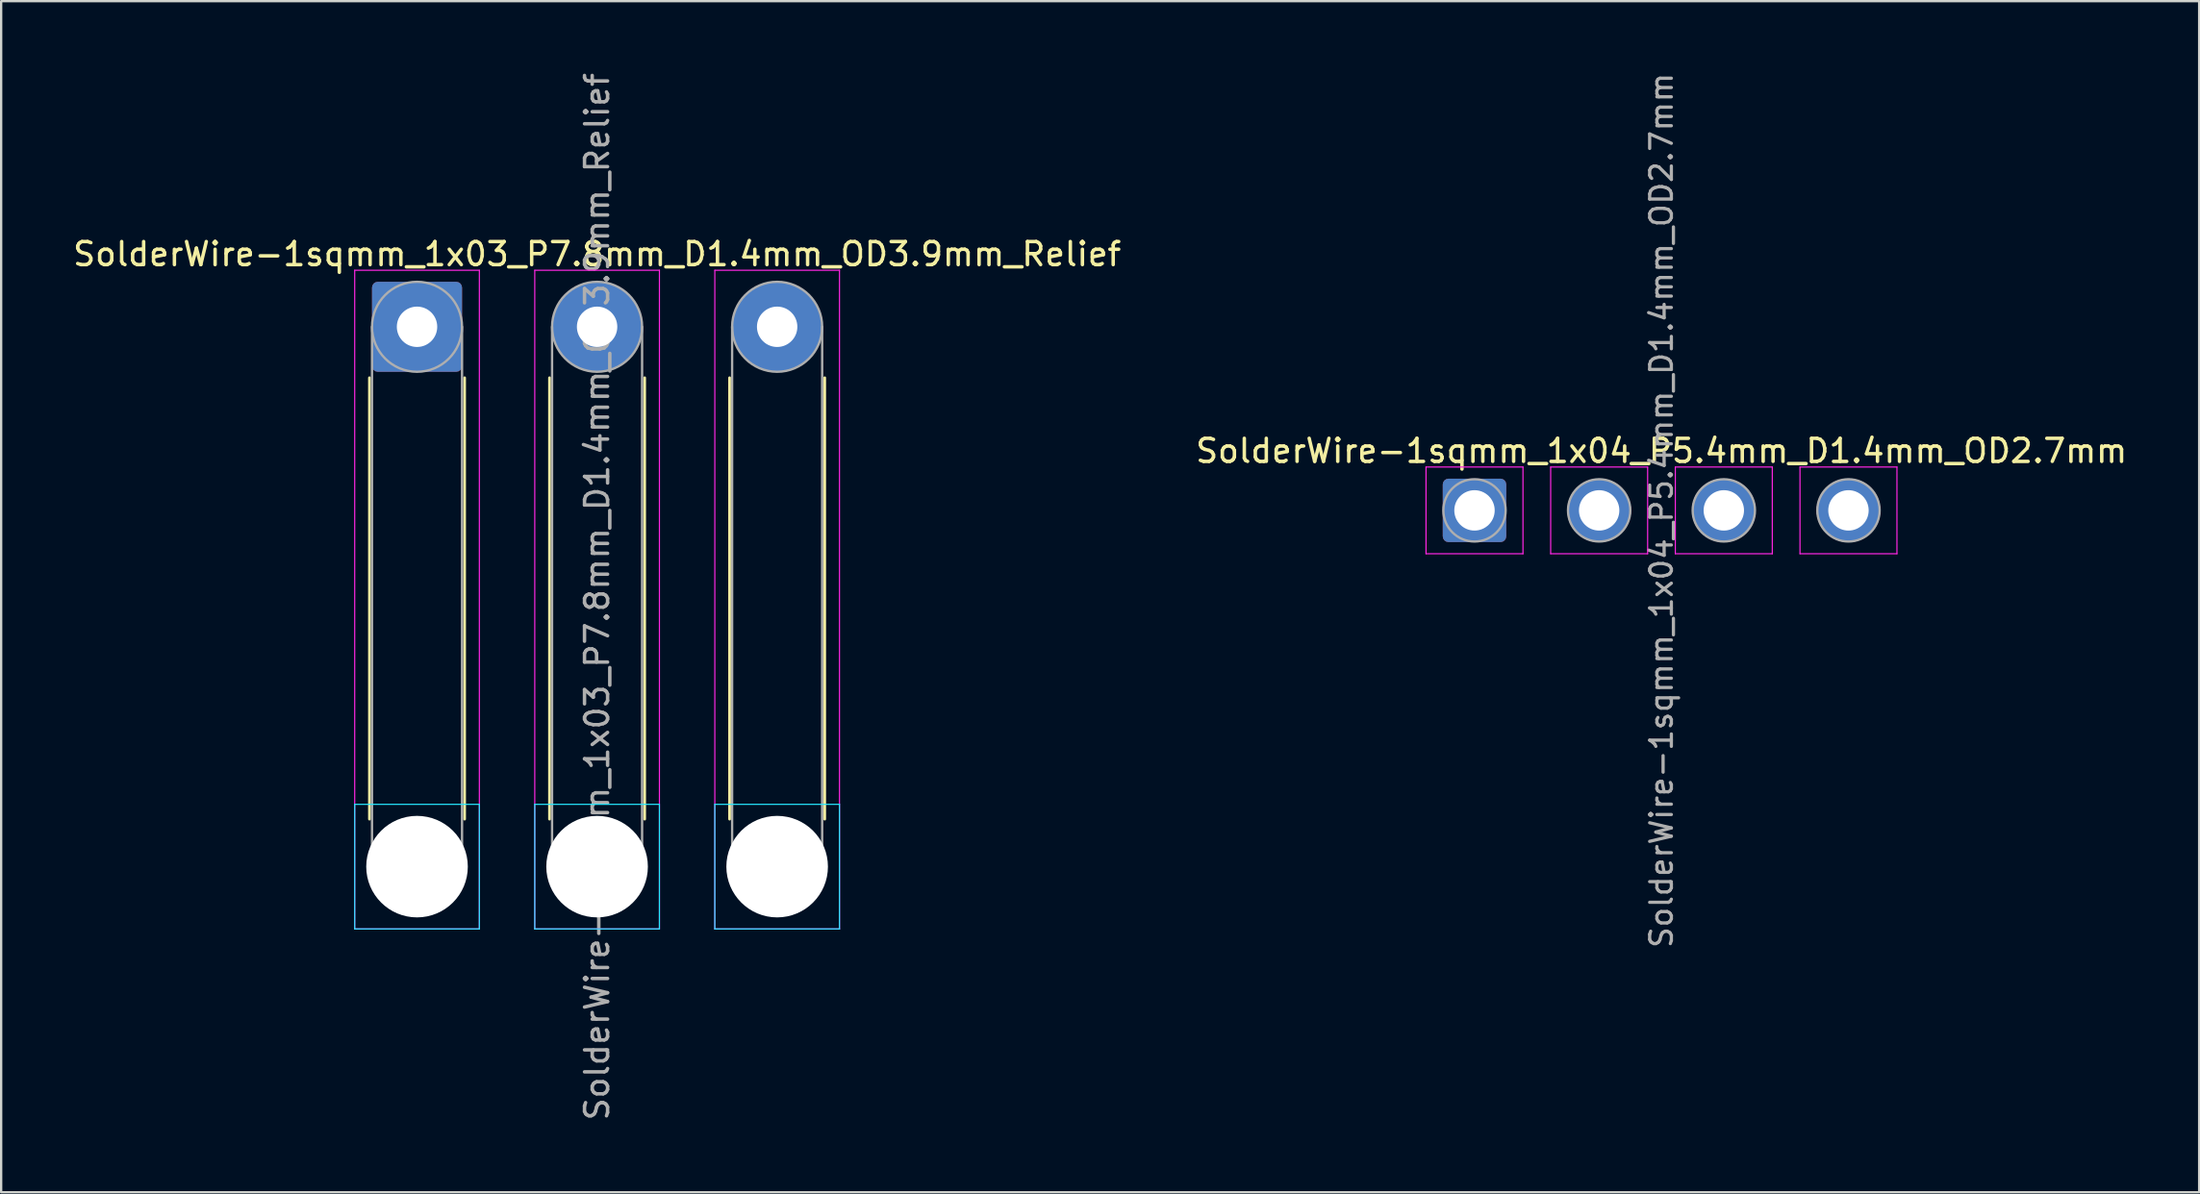
<source format=kicad_pcb>
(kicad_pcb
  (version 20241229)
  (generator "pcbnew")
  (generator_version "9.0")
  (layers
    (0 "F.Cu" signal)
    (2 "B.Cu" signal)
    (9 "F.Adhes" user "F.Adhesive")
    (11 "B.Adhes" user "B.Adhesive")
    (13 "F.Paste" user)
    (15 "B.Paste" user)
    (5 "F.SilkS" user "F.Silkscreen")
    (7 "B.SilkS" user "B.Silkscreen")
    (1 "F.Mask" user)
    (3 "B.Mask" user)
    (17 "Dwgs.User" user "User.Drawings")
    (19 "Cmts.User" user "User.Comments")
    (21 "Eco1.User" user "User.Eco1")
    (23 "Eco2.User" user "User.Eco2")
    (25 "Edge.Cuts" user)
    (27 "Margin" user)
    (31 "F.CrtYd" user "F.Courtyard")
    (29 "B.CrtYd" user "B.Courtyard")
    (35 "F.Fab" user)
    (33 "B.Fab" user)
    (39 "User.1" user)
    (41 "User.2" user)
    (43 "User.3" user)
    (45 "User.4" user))
  (footprint "SolderWire-1sqmm_1x03_P7.8mm_D1.4mm_OD3.9mm_Relief"
    (layer "F.Cu")
    (at 15.015 11.115)
    (property "Reference" "SolderWire-1sqmm_1x03_P7.8mm_D1.4mm_OD3.9mm_Relief" (at 7.8 -3.15 0) (layer "F.SilkS") (effects (font (size 1 1) (thickness 0.15))))
    (attr exclude_from_pos_files exclude_from_bom)
    (fp_line (start -2.06 2.21) (end -2.06 21.34) (stroke (width 0.12) (type solid)) (layer "F.SilkS"))
    (fp_line (start 2.06 2.21) (end 2.06 21.34) (stroke (width 0.12) (type solid)) (layer "F.SilkS"))
    (fp_line (start 5.74 2.21) (end 5.74 21.34) (stroke (width 0.12) (type solid)) (layer "F.SilkS"))
    (fp_line (start 9.86 2.21) (end 9.86 21.34) (stroke (width 0.12) (type solid)) (layer "F.SilkS"))
    (fp_line (start 13.54 2.21) (end 13.54 21.34) (stroke (width 0.12) (type solid)) (layer "F.SilkS"))
    (fp_line (start 17.66 2.21) (end 17.66 21.34) (stroke (width 0.12) (type solid)) (layer "F.SilkS"))
    (fp_line (start -2.7 20.7) (end -2.7 26.1) (stroke (width 0.05) (type solid)) (layer "B.CrtYd"))
    (fp_line (start -2.7 26.1) (end 2.7 26.1) (stroke (width 0.05) (type solid)) (layer "B.CrtYd"))
    (fp_line (start 2.7 20.7) (end -2.7 20.7) (stroke (width 0.05) (type solid)) (layer "B.CrtYd"))
    (fp_line (start 2.7 26.1) (end 2.7 20.7) (stroke (width 0.05) (type solid)) (layer "B.CrtYd"))
    (fp_line (start 5.1 20.7) (end 5.1 26.1) (stroke (width 0.05) (type solid)) (layer "B.CrtYd"))
    (fp_line (start 5.1 26.1) (end 10.5 26.1) (stroke (width 0.05) (type solid)) (layer "B.CrtYd"))
    (fp_line (start 10.5 20.7) (end 5.1 20.7) (stroke (width 0.05) (type solid)) (layer "B.CrtYd"))
    (fp_line (start 10.5 26.1) (end 10.5 20.7) (stroke (width 0.05) (type solid)) (layer "B.CrtYd"))
    (fp_line (start 12.9 20.7) (end 12.9 26.1) (stroke (width 0.05) (type solid)) (layer "B.CrtYd"))
    (fp_line (start 12.9 26.1) (end 18.3 26.1) (stroke (width 0.05) (type solid)) (layer "B.CrtYd"))
    (fp_line (start 18.3 20.7) (end 12.9 20.7) (stroke (width 0.05) (type solid)) (layer "B.CrtYd"))
    (fp_line (start 18.3 26.1) (end 18.3 20.7) (stroke (width 0.05) (type solid)) (layer "B.CrtYd"))
    (fp_line (start -2.7 -2.45) (end -2.7 26.1) (stroke (width 0.05) (type solid)) (layer "F.CrtYd"))
    (fp_line (start -2.7 26.1) (end 2.7 26.1) (stroke (width 0.05) (type solid)) (layer "F.CrtYd"))
    (fp_line (start 2.7 -2.45) (end -2.7 -2.45) (stroke (width 0.05) (type solid)) (layer "F.CrtYd"))
    (fp_line (start 2.7 26.1) (end 2.7 -2.45) (stroke (width 0.05) (type solid)) (layer "F.CrtYd"))
    (fp_line (start 5.1 -2.45) (end 5.1 26.1) (stroke (width 0.05) (type solid)) (layer "F.CrtYd"))
    (fp_line (start 5.1 26.1) (end 10.5 26.1) (stroke (width 0.05) (type solid)) (layer "F.CrtYd"))
    (fp_line (start 10.5 -2.45) (end 5.1 -2.45) (stroke (width 0.05) (type solid)) (layer "F.CrtYd"))
    (fp_line (start 10.5 26.1) (end 10.5 -2.45) (stroke (width 0.05) (type solid)) (layer "F.CrtYd"))
    (fp_line (start 12.9 -2.45) (end 12.9 26.1) (stroke (width 0.05) (type solid)) (layer "F.CrtYd"))
    (fp_line (start 12.9 26.1) (end 18.3 26.1) (stroke (width 0.05) (type solid)) (layer "F.CrtYd"))
    (fp_line (start 18.3 -2.45) (end 12.9 -2.45) (stroke (width 0.05) (type solid)) (layer "F.CrtYd"))
    (fp_line (start 18.3 26.1) (end 18.3 -2.45) (stroke (width 0.05) (type solid)) (layer "F.CrtYd"))
    (fp_line (start -1.95 0) (end -1.95 23.4) (stroke (width 0.1) (type solid)) (layer "F.Fab"))
    (fp_line (start 1.95 0) (end 1.95 23.4) (stroke (width 0.1) (type solid)) (layer "F.Fab"))
    (fp_line (start 5.85 0) (end 5.85 23.4) (stroke (width 0.1) (type solid)) (layer "F.Fab"))
    (fp_line (start 9.75 0) (end 9.75 23.4) (stroke (width 0.1) (type solid)) (layer "F.Fab"))
    (fp_line (start 13.65 0) (end 13.65 23.4) (stroke (width 0.1) (type solid)) (layer "F.Fab"))
    (fp_line (start 17.55 0) (end 17.55 23.4) (stroke (width 0.1) (type solid)) (layer "F.Fab"))
    (fp_circle (center 0 0) (end 1.95 0) (stroke (width 0.1) (type solid)) (fill no) (layer "F.Fab"))
    (fp_circle (center 0 23.4) (end 1.95 23.4) (stroke (width 0.1) (type solid)) (fill no) (layer "F.Fab"))
    (fp_circle (center 7.8 0) (end 9.75 0) (stroke (width 0.1) (type solid)) (fill no) (layer "F.Fab"))
    (fp_circle (center 7.8 23.4) (end 9.75 23.4) (stroke (width 0.1) (type solid)) (fill no) (layer "F.Fab"))
    (fp_circle (center 15.6 0) (end 17.55 0) (stroke (width 0.1) (type solid)) (fill no) (layer "F.Fab"))
    (fp_circle (center 15.6 23.4) (end 17.55 23.4) (stroke (width 0.1) (type solid)) (fill no) (layer "F.Fab"))
    (fp_text user "${REFERENCE}" (at 7.8 11.7 90) (layer "F.Fab") (effects (font (size 1 1) (thickness 0.15))))
    (pad "" np_thru_hole circle (at 0 23.4) (size 4.4 4.4) (drill 4.4) (layers "*.Cu" "*.Mask"))
    (pad "" np_thru_hole circle (at 7.8 23.4) (size 4.4 4.4) (drill 4.4) (layers "*.Cu" "*.Mask"))
    (pad "" np_thru_hole circle (at 15.6 23.4) (size 4.4 4.4) (drill 4.4) (layers "*.Cu" "*.Mask"))
    (pad "1" thru_hole roundrect (at 0 0) (size 3.9 3.9) (drill 1.75) (layers "*.Cu" "*.Mask") (roundrect_rratio 0.064))
    (pad "2" thru_hole circle (at 7.8 0) (size 3.9 3.9) (drill 1.75) (layers "*.Cu" "*.Mask"))
    (pad "3" thru_hole circle (at 15.6 0) (size 3.9 3.9) (drill 1.75) (layers "*.Cu" "*.Mask")))
  (footprint "SolderWire-1sqmm_1x04_P5.4mm_D1.4mm_OD2.7mm"
    (layer "F.Cu")
    (at 60.823 19.073)
    (property "Reference" "SolderWire-1sqmm_1x04_P5.4mm_D1.4mm_OD2.7mm" (at 8.1 -2.58 0) (layer "F.SilkS") (effects (font (size 1 1) (thickness 0.15))))
    (attr exclude_from_pos_files exclude_from_bom)
    (fp_line (start -2.1 -1.88) (end -2.1 1.88) (stroke (width 0.05) (type solid)) (layer "F.CrtYd"))
    (fp_line (start -2.1 1.88) (end 2.1 1.88) (stroke (width 0.05) (type solid)) (layer "F.CrtYd"))
    (fp_line (start 2.1 -1.88) (end -2.1 -1.88) (stroke (width 0.05) (type solid)) (layer "F.CrtYd"))
    (fp_line (start 2.1 1.88) (end 2.1 -1.88) (stroke (width 0.05) (type solid)) (layer "F.CrtYd"))
    (fp_line (start 3.3 -1.88) (end 3.3 1.88) (stroke (width 0.05) (type solid)) (layer "F.CrtYd"))
    (fp_line (start 3.3 1.88) (end 7.5 1.88) (stroke (width 0.05) (type solid)) (layer "F.CrtYd"))
    (fp_line (start 7.5 -1.88) (end 3.3 -1.88) (stroke (width 0.05) (type solid)) (layer "F.CrtYd"))
    (fp_line (start 7.5 1.88) (end 7.5 -1.88) (stroke (width 0.05) (type solid)) (layer "F.CrtYd"))
    (fp_line (start 8.7 -1.88) (end 8.7 1.88) (stroke (width 0.05) (type solid)) (layer "F.CrtYd"))
    (fp_line (start 8.7 1.88) (end 12.9 1.88) (stroke (width 0.05) (type solid)) (layer "F.CrtYd"))
    (fp_line (start 12.9 -1.88) (end 8.7 -1.88) (stroke (width 0.05) (type solid)) (layer "F.CrtYd"))
    (fp_line (start 12.9 1.88) (end 12.9 -1.88) (stroke (width 0.05) (type solid)) (layer "F.CrtYd"))
    (fp_line (start 14.1 -1.88) (end 14.1 1.88) (stroke (width 0.05) (type solid)) (layer "F.CrtYd"))
    (fp_line (start 14.1 1.88) (end 18.3 1.88) (stroke (width 0.05) (type solid)) (layer "F.CrtYd"))
    (fp_line (start 18.3 -1.88) (end 14.1 -1.88) (stroke (width 0.05) (type solid)) (layer "F.CrtYd"))
    (fp_line (start 18.3 1.88) (end 18.3 -1.88) (stroke (width 0.05) (type solid)) (layer "F.CrtYd"))
    (fp_circle (center 0 0) (end 1.35 0) (stroke (width 0.1) (type solid)) (fill no) (layer "F.Fab"))
    (fp_circle (center 5.4 0) (end 6.75 0) (stroke (width 0.1) (type solid)) (fill no) (layer "F.Fab"))
    (fp_circle (center 10.8 0) (end 12.15 0) (stroke (width 0.1) (type solid)) (fill no) (layer "F.Fab"))
    (fp_circle (center 16.2 0) (end 17.55 0) (stroke (width 0.1) (type solid)) (fill no) (layer "F.Fab"))
    (fp_text user "${REFERENCE}" (at 8.1 0 90) (layer "F.Fab") (effects (font (size 0.94 0.94) (thickness 0.14))))
    (pad "1" thru_hole roundrect (at 0 0) (size 2.75 2.75) (drill 1.75) (layers "*.Cu" "*.Mask") (roundrect_rratio 0.091))
    (pad "2" thru_hole circle (at 5.4 0) (size 2.75 2.75) (drill 1.75) (layers "*.Cu" "*.Mask"))
    (pad "3" thru_hole circle (at 10.8 0) (size 2.75 2.75) (drill 1.75) (layers "*.Cu" "*.Mask"))
    (pad "4" thru_hole circle (at 16.2 0) (size 2.75 2.75) (drill 1.75) (layers "*.Cu" "*.Mask")))
  (gr_rect
    (start -3 -3)
    (end 92.214 48.631)
    (stroke (width 0.1) (type default))
    (fill no)
    (layer "Edge.Cuts")))
</source>
